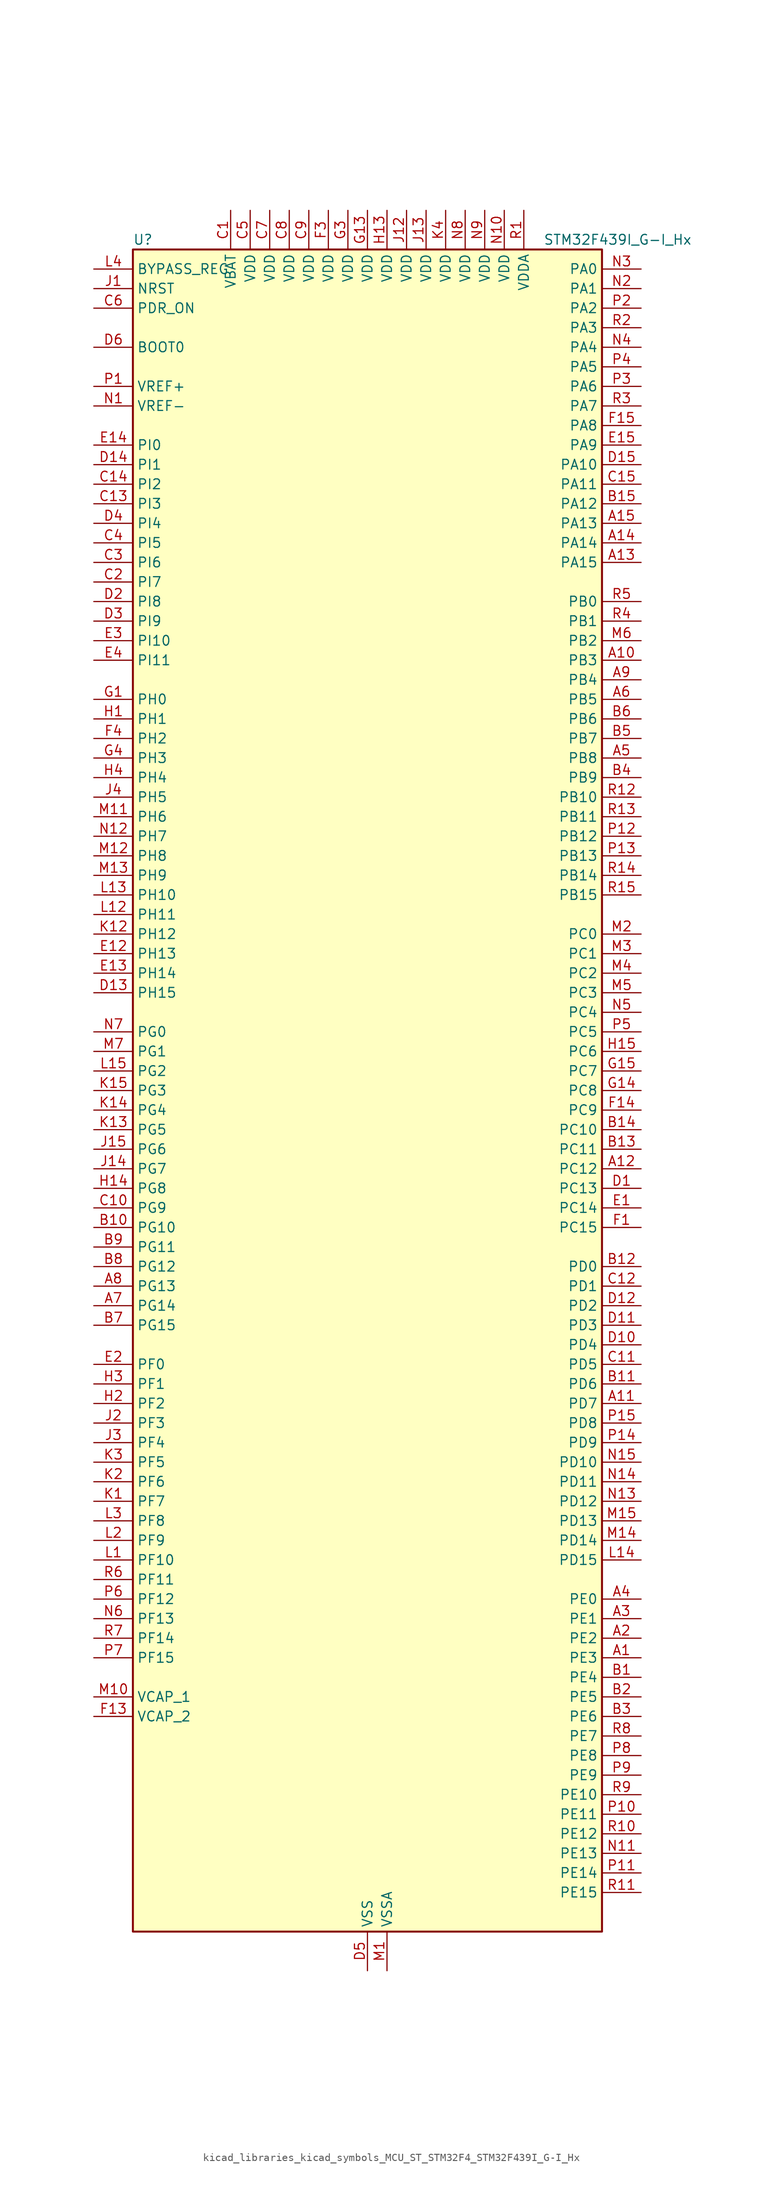
<source format=kicad_sym>
(kicad_symbol_lib
  (version 20220914)
  (generator kicad_symbol_editor)
  (symbol "kicad_libraries_kicad_symbols_MCU_ST_STM32F4_STM32F439I_G-I_Hx"
    (property "Reference" "U"
      (at -30.48 110.49 0)
      (effects (font (size 1.27 1.27)) (justify left)))
    (property "Value" "STM32F439I_G-I_Hx"
      (at 22.86 110.49 0)
      (effects (font (size 1.27 1.27)) (justify left)))
    (property "ki_locked" ""
      (at 0 0 0)
      (effects (font (size 1.27 1.27))))
    (symbol "kicad_libraries_kicad_symbols_MCU_ST_STM32F4_STM32F439I_G-I_Hx_0_1"
      (rectangle (start -30.48 -109.22) (end 30.48 109.22) (stroke (width 0.254) (type default)) (fill (type background))))
    (symbol "kicad_libraries_kicad_symbols_MCU_ST_STM32F4_STM32F439I_G-I_Hx_1_1"
      (pin bidirectional line (at 35.56 -73.66 180) (length 5.08) (name "PE3" (effects (font (size 1.27 1.27)))) (number "A1" (effects (font (size 1.27 1.27)))) (alternate "FMC_A19" bidirectional line) (alternate "SAI1_SD_B" bidirectional line) (alternate "SYS_TRACED0" bidirectional line))
      (pin bidirectional line (at 35.56 55.88 180) (length 5.08) (name "PB3" (effects (font (size 1.27 1.27)))) (number "A10" (effects (font (size 1.27 1.27)))) (alternate "I2S3_CK" bidirectional line) (alternate "SPI1_SCK" bidirectional line) (alternate "SPI3_SCK" bidirectional line) (alternate "SYS_JTDO-SWO" bidirectional line) (alternate "TIM2_CH2" bidirectional line))
      (pin bidirectional line (at 35.56 -40.64 180) (length 5.08) (name "PD7" (effects (font (size 1.27 1.27)))) (number "A11" (effects (font (size 1.27 1.27)))) (alternate "FMC_NCE2" bidirectional line) (alternate "FMC_NE1" bidirectional line) (alternate "USART2_CK" bidirectional line))
      (pin bidirectional line (at 35.56 -10.16 180) (length 5.08) (name "PC12" (effects (font (size 1.27 1.27)))) (number "A12" (effects (font (size 1.27 1.27)))) (alternate "DCMI_D9" bidirectional line) (alternate "I2S3_SD" bidirectional line) (alternate "SDIO_CK" bidirectional line) (alternate "SPI3_MOSI" bidirectional line) (alternate "UART5_TX" bidirectional line) (alternate "USART3_CK" bidirectional line))
      (pin bidirectional line (at 35.56 68.58 180) (length 5.08) (name "PA15" (effects (font (size 1.27 1.27)))) (number "A13" (effects (font (size 1.27 1.27)))) (alternate "ADC1_EXTI15" bidirectional line) (alternate "ADC2_EXTI15" bidirectional line) (alternate "ADC3_EXTI15" bidirectional line) (alternate "I2S3_WS" bidirectional line) (alternate "SPI1_NSS" bidirectional line) (alternate "SPI3_NSS" bidirectional line) (alternate "SYS_JTDI" bidirectional line) (alternate "TIM2_CH1" bidirectional line) (alternate "TIM2_ETR" bidirectional line))
      (pin bidirectional line (at 35.56 71.12 180) (length 5.08) (name "PA14" (effects (font (size 1.27 1.27)))) (number "A14" (effects (font (size 1.27 1.27)))) (alternate "SYS_JTCK-SWCLK" bidirectional line))
      (pin bidirectional line (at 35.56 73.66 180) (length 5.08) (name "PA13" (effects (font (size 1.27 1.27)))) (number "A15" (effects (font (size 1.27 1.27)))) (alternate "SYS_JTMS-SWDIO" bidirectional line))
      (pin bidirectional line (at 35.56 -71.12 180) (length 5.08) (name "PE2" (effects (font (size 1.27 1.27)))) (number "A2" (effects (font (size 1.27 1.27)))) (alternate "ETH_TXD3" bidirectional line) (alternate "FMC_A23" bidirectional line) (alternate "SAI1_MCLK_A" bidirectional line) (alternate "SPI4_SCK" bidirectional line) (alternate "SYS_TRACECLK" bidirectional line))
      (pin bidirectional line (at 35.56 -68.58 180) (length 5.08) (name "PE1" (effects (font (size 1.27 1.27)))) (number "A3" (effects (font (size 1.27 1.27)))) (alternate "DCMI_D3" bidirectional line) (alternate "FMC_NBL1" bidirectional line) (alternate "UART8_TX" bidirectional line))
      (pin bidirectional line (at 35.56 -66.04 180) (length 5.08) (name "PE0" (effects (font (size 1.27 1.27)))) (number "A4" (effects (font (size 1.27 1.27)))) (alternate "DCMI_D2" bidirectional line) (alternate "FMC_NBL0" bidirectional line) (alternate "TIM4_ETR" bidirectional line) (alternate "UART8_RX" bidirectional line))
      (pin bidirectional line (at 35.56 43.18 180) (length 5.08) (name "PB8" (effects (font (size 1.27 1.27)))) (number "A5" (effects (font (size 1.27 1.27)))) (alternate "CAN1_RX" bidirectional line) (alternate "DCMI_D6" bidirectional line) (alternate "ETH_TXD3" bidirectional line) (alternate "I2C1_SCL" bidirectional line) (alternate "LTDC_B6" bidirectional line) (alternate "SDIO_D4" bidirectional line) (alternate "TIM10_CH1" bidirectional line) (alternate "TIM4_CH3" bidirectional line))
      (pin bidirectional line (at 35.56 50.8 180) (length 5.08) (name "PB5" (effects (font (size 1.27 1.27)))) (number "A6" (effects (font (size 1.27 1.27)))) (alternate "CAN2_RX" bidirectional line) (alternate "DCMI_D10" bidirectional line) (alternate "ETH_PPS_OUT" bidirectional line) (alternate "FMC_SDCKE1" bidirectional line) (alternate "I2C1_SMBA" bidirectional line) (alternate "I2S3_SD" bidirectional line) (alternate "SPI1_MOSI" bidirectional line) (alternate "SPI3_MOSI" bidirectional line) (alternate "TIM3_CH2" bidirectional line) (alternate "USB_OTG_HS_ULPI_D7" bidirectional line))
      (pin bidirectional line (at -35.56 -27.94 0) (length 5.08) (name "PG14" (effects (font (size 1.27 1.27)))) (number "A7" (effects (font (size 1.27 1.27)))) (alternate "ETH_TXD1" bidirectional line) (alternate "FMC_A25" bidirectional line) (alternate "SPI6_MOSI" bidirectional line) (alternate "USART6_TX" bidirectional line))
      (pin bidirectional line (at -35.56 -25.4 0) (length 5.08) (name "PG13" (effects (font (size 1.27 1.27)))) (number "A8" (effects (font (size 1.27 1.27)))) (alternate "ETH_TXD0" bidirectional line) (alternate "FMC_A24" bidirectional line) (alternate "SPI6_SCK" bidirectional line) (alternate "USART6_CTS" bidirectional line))
      (pin bidirectional line (at 35.56 53.34 180) (length 5.08) (name "PB4" (effects (font (size 1.27 1.27)))) (number "A9" (effects (font (size 1.27 1.27)))) (alternate "I2S3_ext_SD" bidirectional line) (alternate "SPI1_MISO" bidirectional line) (alternate "SPI3_MISO" bidirectional line) (alternate "SYS_JTRST" bidirectional line) (alternate "TIM3_CH1" bidirectional line))
      (pin bidirectional line (at 35.56 -76.2 180) (length 5.08) (name "PE4" (effects (font (size 1.27 1.27)))) (number "B1" (effects (font (size 1.27 1.27)))) (alternate "DCMI_D4" bidirectional line) (alternate "FMC_A20" bidirectional line) (alternate "LTDC_B0" bidirectional line) (alternate "SAI1_FS_A" bidirectional line) (alternate "SPI4_NSS" bidirectional line) (alternate "SYS_TRACED1" bidirectional line))
      (pin bidirectional line (at -35.56 -17.78 0) (length 5.08) (name "PG10" (effects (font (size 1.27 1.27)))) (number "B10" (effects (font (size 1.27 1.27)))) (alternate "DCMI_D2" bidirectional line) (alternate "FMC_NCE4_1" bidirectional line) (alternate "FMC_NE3" bidirectional line) (alternate "LTDC_B2" bidirectional line) (alternate "LTDC_G3" bidirectional line))
      (pin bidirectional line (at 35.56 -38.1 180) (length 5.08) (name "PD6" (effects (font (size 1.27 1.27)))) (number "B11" (effects (font (size 1.27 1.27)))) (alternate "DCMI_D10" bidirectional line) (alternate "FMC_NWAIT" bidirectional line) (alternate "I2S3_SD" bidirectional line) (alternate "LTDC_B2" bidirectional line) (alternate "SAI1_SD_A" bidirectional line) (alternate "SPI3_MOSI" bidirectional line) (alternate "USART2_RX" bidirectional line))
      (pin bidirectional line (at 35.56 -22.86 180) (length 5.08) (name "PD0" (effects (font (size 1.27 1.27)))) (number "B12" (effects (font (size 1.27 1.27)))) (alternate "CAN1_RX" bidirectional line) (alternate "FMC_D2" bidirectional line) (alternate "FMC_DA2" bidirectional line))
      (pin bidirectional line (at 35.56 -7.62 180) (length 5.08) (name "PC11" (effects (font (size 1.27 1.27)))) (number "B13" (effects (font (size 1.27 1.27)))) (alternate "ADC1_EXTI11" bidirectional line) (alternate "ADC2_EXTI11" bidirectional line) (alternate "ADC3_EXTI11" bidirectional line) (alternate "DCMI_D4" bidirectional line) (alternate "I2S3_ext_SD" bidirectional line) (alternate "SDIO_D3" bidirectional line) (alternate "SPI3_MISO" bidirectional line) (alternate "UART4_RX" bidirectional line) (alternate "USART3_RX" bidirectional line))
      (pin bidirectional line (at 35.56 -5.08 180) (length 5.08) (name "PC10" (effects (font (size 1.27 1.27)))) (number "B14" (effects (font (size 1.27 1.27)))) (alternate "DCMI_D8" bidirectional line) (alternate "I2S3_CK" bidirectional line) (alternate "LTDC_R2" bidirectional line) (alternate "SDIO_D2" bidirectional line) (alternate "SPI3_SCK" bidirectional line) (alternate "UART4_TX" bidirectional line) (alternate "USART3_TX" bidirectional line))
      (pin bidirectional line (at 35.56 76.2 180) (length 5.08) (name "PA12" (effects (font (size 1.27 1.27)))) (number "B15" (effects (font (size 1.27 1.27)))) (alternate "CAN1_TX" bidirectional line) (alternate "LTDC_R5" bidirectional line) (alternate "TIM1_ETR" bidirectional line) (alternate "USART1_RTS" bidirectional line) (alternate "USB_OTG_FS_DP" bidirectional line))
      (pin bidirectional line (at 35.56 -78.74 180) (length 5.08) (name "PE5" (effects (font (size 1.27 1.27)))) (number "B2" (effects (font (size 1.27 1.27)))) (alternate "DCMI_D6" bidirectional line) (alternate "FMC_A21" bidirectional line) (alternate "LTDC_G0" bidirectional line) (alternate "SAI1_SCK_A" bidirectional line) (alternate "SPI4_MISO" bidirectional line) (alternate "SYS_TRACED2" bidirectional line) (alternate "TIM9_CH1" bidirectional line))
      (pin bidirectional line (at 35.56 -81.28 180) (length 5.08) (name "PE6" (effects (font (size 1.27 1.27)))) (number "B3" (effects (font (size 1.27 1.27)))) (alternate "DCMI_D7" bidirectional line) (alternate "FMC_A22" bidirectional line) (alternate "LTDC_G1" bidirectional line) (alternate "SAI1_SD_A" bidirectional line) (alternate "SPI4_MOSI" bidirectional line) (alternate "SYS_TRACED3" bidirectional line) (alternate "TIM9_CH2" bidirectional line))
      (pin bidirectional line (at 35.56 40.64 180) (length 5.08) (name "PB9" (effects (font (size 1.27 1.27)))) (number "B4" (effects (font (size 1.27 1.27)))) (alternate "CAN1_TX" bidirectional line) (alternate "DAC_EXTI9" bidirectional line) (alternate "DCMI_D7" bidirectional line) (alternate "I2C1_SDA" bidirectional line) (alternate "I2S2_WS" bidirectional line) (alternate "LTDC_B7" bidirectional line) (alternate "SDIO_D5" bidirectional line) (alternate "SPI2_NSS" bidirectional line) (alternate "TIM11_CH1" bidirectional line) (alternate "TIM4_CH4" bidirectional line))
      (pin bidirectional line (at 35.56 45.72 180) (length 5.08) (name "PB7" (effects (font (size 1.27 1.27)))) (number "B5" (effects (font (size 1.27 1.27)))) (alternate "DCMI_VSYNC" bidirectional line) (alternate "FMC_NL" bidirectional line) (alternate "I2C1_SDA" bidirectional line) (alternate "TIM4_CH2" bidirectional line) (alternate "USART1_RX" bidirectional line))
      (pin bidirectional line (at 35.56 48.26 180) (length 5.08) (name "PB6" (effects (font (size 1.27 1.27)))) (number "B6" (effects (font (size 1.27 1.27)))) (alternate "CAN2_TX" bidirectional line) (alternate "DCMI_D5" bidirectional line) (alternate "FMC_SDNE1" bidirectional line) (alternate "I2C1_SCL" bidirectional line) (alternate "TIM4_CH1" bidirectional line) (alternate "USART1_TX" bidirectional line))
      (pin bidirectional line (at -35.56 -30.48 0) (length 5.08) (name "PG15" (effects (font (size 1.27 1.27)))) (number "B7" (effects (font (size 1.27 1.27)))) (alternate "ADC1_EXTI15" bidirectional line) (alternate "ADC2_EXTI15" bidirectional line) (alternate "ADC3_EXTI15" bidirectional line) (alternate "DCMI_D13" bidirectional line) (alternate "FMC_SDNCAS" bidirectional line) (alternate "USART6_CTS" bidirectional line))
      (pin bidirectional line (at -35.56 -22.86 0) (length 5.08) (name "PG12" (effects (font (size 1.27 1.27)))) (number "B8" (effects (font (size 1.27 1.27)))) (alternate "FMC_NE4" bidirectional line) (alternate "LTDC_B1" bidirectional line) (alternate "LTDC_B4" bidirectional line) (alternate "SPI6_MISO" bidirectional line) (alternate "USART6_RTS" bidirectional line))
      (pin bidirectional line (at -35.56 -20.32 0) (length 5.08) (name "PG11" (effects (font (size 1.27 1.27)))) (number "B9" (effects (font (size 1.27 1.27)))) (alternate "ADC1_EXTI11" bidirectional line) (alternate "ADC2_EXTI11" bidirectional line) (alternate "ADC3_EXTI11" bidirectional line) (alternate "DCMI_D3" bidirectional line) (alternate "ETH_TX_EN" bidirectional line) (alternate "FMC_NCE4_2" bidirectional line) (alternate "LTDC_B3" bidirectional line))
      (pin power_in line (at -17.78 114.3 270) (length 5.08) (name "VBAT" (effects (font (size 1.27 1.27)))) (number "C1" (effects (font (size 1.27 1.27)))))
      (pin bidirectional line (at -35.56 -15.24 0) (length 5.08) (name "PG9" (effects (font (size 1.27 1.27)))) (number "C10" (effects (font (size 1.27 1.27)))) (alternate "DAC_EXTI9" bidirectional line) (alternate "DCMI_VSYNC" bidirectional line) (alternate "FMC_NCE3" bidirectional line) (alternate "FMC_NE2" bidirectional line) (alternate "USART6_RX" bidirectional line))
      (pin bidirectional line (at 35.56 -35.56 180) (length 5.08) (name "PD5" (effects (font (size 1.27 1.27)))) (number "C11" (effects (font (size 1.27 1.27)))) (alternate "FMC_NWE" bidirectional line) (alternate "USART2_TX" bidirectional line))
      (pin bidirectional line (at 35.56 -25.4 180) (length 5.08) (name "PD1" (effects (font (size 1.27 1.27)))) (number "C12" (effects (font (size 1.27 1.27)))) (alternate "CAN1_TX" bidirectional line) (alternate "FMC_D3" bidirectional line) (alternate "FMC_DA3" bidirectional line))
      (pin bidirectional line (at -35.56 76.2 0) (length 5.08) (name "PI3" (effects (font (size 1.27 1.27)))) (number "C13" (effects (font (size 1.27 1.27)))) (alternate "DCMI_D10" bidirectional line) (alternate "FMC_D27" bidirectional line) (alternate "I2S2_SD" bidirectional line) (alternate "SPI2_MOSI" bidirectional line) (alternate "TIM8_ETR" bidirectional line))
      (pin bidirectional line (at -35.56 78.74 0) (length 5.08) (name "PI2" (effects (font (size 1.27 1.27)))) (number "C14" (effects (font (size 1.27 1.27)))) (alternate "DCMI_D9" bidirectional line) (alternate "FMC_D26" bidirectional line) (alternate "I2S2_ext_SD" bidirectional line) (alternate "LTDC_G7" bidirectional line) (alternate "SPI2_MISO" bidirectional line) (alternate "TIM8_CH4" bidirectional line))
      (pin bidirectional line (at 35.56 78.74 180) (length 5.08) (name "PA11" (effects (font (size 1.27 1.27)))) (number "C15" (effects (font (size 1.27 1.27)))) (alternate "ADC1_EXTI11" bidirectional line) (alternate "ADC2_EXTI11" bidirectional line) (alternate "ADC3_EXTI11" bidirectional line) (alternate "CAN1_RX" bidirectional line) (alternate "LTDC_R4" bidirectional line) (alternate "TIM1_CH4" bidirectional line) (alternate "USART1_CTS" bidirectional line) (alternate "USB_OTG_FS_DM" bidirectional line))
      (pin bidirectional line (at -35.56 66.04 0) (length 5.08) (name "PI7" (effects (font (size 1.27 1.27)))) (number "C2" (effects (font (size 1.27 1.27)))) (alternate "DCMI_D7" bidirectional line) (alternate "FMC_D29" bidirectional line) (alternate "LTDC_B7" bidirectional line) (alternate "TIM8_CH3" bidirectional line))
      (pin bidirectional line (at -35.56 68.58 0) (length 5.08) (name "PI6" (effects (font (size 1.27 1.27)))) (number "C3" (effects (font (size 1.27 1.27)))) (alternate "DCMI_D6" bidirectional line) (alternate "FMC_D28" bidirectional line) (alternate "LTDC_B6" bidirectional line) (alternate "TIM8_CH2" bidirectional line))
      (pin bidirectional line (at -35.56 71.12 0) (length 5.08) (name "PI5" (effects (font (size 1.27 1.27)))) (number "C4" (effects (font (size 1.27 1.27)))) (alternate "DCMI_VSYNC" bidirectional line) (alternate "FMC_NBL3" bidirectional line) (alternate "LTDC_B5" bidirectional line) (alternate "TIM8_CH1" bidirectional line))
      (pin power_in line (at -15.24 114.3 270) (length 5.08) (name "VDD" (effects (font (size 1.27 1.27)))) (number "C5" (effects (font (size 1.27 1.27)))))
      (pin input line (at -35.56 101.6 0) (length 5.08) (name "PDR_ON" (effects (font (size 1.27 1.27)))) (number "C6" (effects (font (size 1.27 1.27)))))
      (pin power_in line (at -12.7 114.3 270) (length 5.08) (name "VDD" (effects (font (size 1.27 1.27)))) (number "C7" (effects (font (size 1.27 1.27)))))
      (pin power_in line (at -10.16 114.3 270) (length 5.08) (name "VDD" (effects (font (size 1.27 1.27)))) (number "C8" (effects (font (size 1.27 1.27)))))
      (pin power_in line (at -7.62 114.3 270) (length 5.08) (name "VDD" (effects (font (size 1.27 1.27)))) (number "C9" (effects (font (size 1.27 1.27)))))
      (pin bidirectional line (at 35.56 -12.7 180) (length 5.08) (name "PC13" (effects (font (size 1.27 1.27)))) (number "D1" (effects (font (size 1.27 1.27)))) (alternate "RTC_AF1" bidirectional line))
      (pin bidirectional line (at 35.56 -33.02 180) (length 5.08) (name "PD4" (effects (font (size 1.27 1.27)))) (number "D10" (effects (font (size 1.27 1.27)))) (alternate "FMC_NOE" bidirectional line) (alternate "USART2_RTS" bidirectional line))
      (pin bidirectional line (at 35.56 -30.48 180) (length 5.08) (name "PD3" (effects (font (size 1.27 1.27)))) (number "D11" (effects (font (size 1.27 1.27)))) (alternate "DCMI_D5" bidirectional line) (alternate "FMC_CLK" bidirectional line) (alternate "I2S2_CK" bidirectional line) (alternate "LTDC_G7" bidirectional line) (alternate "SPI2_SCK" bidirectional line) (alternate "USART2_CTS" bidirectional line))
      (pin bidirectional line (at 35.56 -27.94 180) (length 5.08) (name "PD2" (effects (font (size 1.27 1.27)))) (number "D12" (effects (font (size 1.27 1.27)))) (alternate "DCMI_D11" bidirectional line) (alternate "SDIO_CMD" bidirectional line) (alternate "TIM3_ETR" bidirectional line) (alternate "UART5_RX" bidirectional line))
      (pin bidirectional line (at -35.56 12.7 0) (length 5.08) (name "PH15" (effects (font (size 1.27 1.27)))) (number "D13" (effects (font (size 1.27 1.27)))) (alternate "ADC1_EXTI15" bidirectional line) (alternate "ADC2_EXTI15" bidirectional line) (alternate "ADC3_EXTI15" bidirectional line) (alternate "DCMI_D11" bidirectional line) (alternate "FMC_D23" bidirectional line) (alternate "LTDC_G4" bidirectional line) (alternate "TIM8_CH3N" bidirectional line))
      (pin bidirectional line (at -35.56 81.28 0) (length 5.08) (name "PI1" (effects (font (size 1.27 1.27)))) (number "D14" (effects (font (size 1.27 1.27)))) (alternate "DCMI_D8" bidirectional line) (alternate "FMC_D25" bidirectional line) (alternate "I2S2_CK" bidirectional line) (alternate "LTDC_G6" bidirectional line) (alternate "SPI2_SCK" bidirectional line))
      (pin bidirectional line (at 35.56 81.28 180) (length 5.08) (name "PA10" (effects (font (size 1.27 1.27)))) (number "D15" (effects (font (size 1.27 1.27)))) (alternate "DCMI_D1" bidirectional line) (alternate "TIM1_CH3" bidirectional line) (alternate "USART1_RX" bidirectional line) (alternate "USB_OTG_FS_ID" bidirectional line))
      (pin bidirectional line (at -35.56 63.5 0) (length 5.08) (name "PI8" (effects (font (size 1.27 1.27)))) (number "D2" (effects (font (size 1.27 1.27)))) (alternate "RTC_AF2" bidirectional line))
      (pin bidirectional line (at -35.56 60.96 0) (length 5.08) (name "PI9" (effects (font (size 1.27 1.27)))) (number "D3" (effects (font (size 1.27 1.27)))) (alternate "CAN1_RX" bidirectional line) (alternate "DAC_EXTI9" bidirectional line) (alternate "FMC_D30" bidirectional line) (alternate "LTDC_VSYNC" bidirectional line))
      (pin bidirectional line (at -35.56 73.66 0) (length 5.08) (name "PI4" (effects (font (size 1.27 1.27)))) (number "D4" (effects (font (size 1.27 1.27)))) (alternate "DCMI_D5" bidirectional line) (alternate "FMC_NBL2" bidirectional line) (alternate "LTDC_B4" bidirectional line) (alternate "TIM8_BKIN" bidirectional line))
      (pin power_in line (at 0 -114.3 90) (length 5.08) (name "VSS" (effects (font (size 1.27 1.27)))) (number "D5" (effects (font (size 1.27 1.27)))))
      (pin input line (at -35.56 96.52 0) (length 5.08) (name "BOOT0" (effects (font (size 1.27 1.27)))) (number "D6" (effects (font (size 1.27 1.27)))))
      (pin passive line (at 0 -114.3 90) (length 5.08) hide (name "VSS" (effects (font (size 1.27 1.27)))) (number "D7" (effects (font (size 1.27 1.27)))))
      (pin passive line (at 0 -114.3 90) (length 5.08) hide (name "VSS" (effects (font (size 1.27 1.27)))) (number "D8" (effects (font (size 1.27 1.27)))))
      (pin passive line (at 0 -114.3 90) (length 5.08) hide (name "VSS" (effects (font (size 1.27 1.27)))) (number "D9" (effects (font (size 1.27 1.27)))))
      (pin bidirectional line (at 35.56 -15.24 180) (length 5.08) (name "PC14" (effects (font (size 1.27 1.27)))) (number "E1" (effects (font (size 1.27 1.27)))) (alternate "RCC_OSC32_IN" bidirectional line))
      (pin bidirectional line (at -35.56 17.78 0) (length 5.08) (name "PH13" (effects (font (size 1.27 1.27)))) (number "E12" (effects (font (size 1.27 1.27)))) (alternate "CAN1_TX" bidirectional line) (alternate "FMC_D21" bidirectional line) (alternate "LTDC_G2" bidirectional line) (alternate "TIM8_CH1N" bidirectional line))
      (pin bidirectional line (at -35.56 15.24 0) (length 5.08) (name "PH14" (effects (font (size 1.27 1.27)))) (number "E13" (effects (font (size 1.27 1.27)))) (alternate "DCMI_D4" bidirectional line) (alternate "FMC_D22" bidirectional line) (alternate "LTDC_G3" bidirectional line) (alternate "TIM8_CH2N" bidirectional line))
      (pin bidirectional line (at -35.56 83.82 0) (length 5.08) (name "PI0" (effects (font (size 1.27 1.27)))) (number "E14" (effects (font (size 1.27 1.27)))) (alternate "DCMI_D13" bidirectional line) (alternate "FMC_D24" bidirectional line) (alternate "I2S2_WS" bidirectional line) (alternate "LTDC_G5" bidirectional line) (alternate "SPI2_NSS" bidirectional line) (alternate "TIM5_CH4" bidirectional line))
      (pin bidirectional line (at 35.56 83.82 180) (length 5.08) (name "PA9" (effects (font (size 1.27 1.27)))) (number "E15" (effects (font (size 1.27 1.27)))) (alternate "DAC_EXTI9" bidirectional line) (alternate "DCMI_D0" bidirectional line) (alternate "I2C3_SMBA" bidirectional line) (alternate "TIM1_CH2" bidirectional line) (alternate "USART1_TX" bidirectional line) (alternate "USB_OTG_FS_VBUS" bidirectional line))
      (pin bidirectional line (at -35.56 -35.56 0) (length 5.08) (name "PF0" (effects (font (size 1.27 1.27)))) (number "E2" (effects (font (size 1.27 1.27)))) (alternate "FMC_A0" bidirectional line) (alternate "I2C2_SDA" bidirectional line))
      (pin bidirectional line (at -35.56 58.42 0) (length 5.08) (name "PI10" (effects (font (size 1.27 1.27)))) (number "E3" (effects (font (size 1.27 1.27)))) (alternate "ETH_RX_ER" bidirectional line) (alternate "FMC_D31" bidirectional line) (alternate "LTDC_HSYNC" bidirectional line))
      (pin bidirectional line (at -35.56 55.88 0) (length 5.08) (name "PI11" (effects (font (size 1.27 1.27)))) (number "E4" (effects (font (size 1.27 1.27)))) (alternate "ADC1_EXTI11" bidirectional line) (alternate "ADC2_EXTI11" bidirectional line) (alternate "ADC3_EXTI11" bidirectional line) (alternate "USB_OTG_HS_ULPI_DIR" bidirectional line))
      (pin bidirectional line (at 35.56 -17.78 180) (length 5.08) (name "PC15" (effects (font (size 1.27 1.27)))) (number "F1" (effects (font (size 1.27 1.27)))) (alternate "ADC1_EXTI15" bidirectional line) (alternate "ADC2_EXTI15" bidirectional line) (alternate "ADC3_EXTI15" bidirectional line) (alternate "RCC_OSC32_OUT" bidirectional line))
      (pin passive line (at 0 -114.3 90) (length 5.08) hide (name "VSS" (effects (font (size 1.27 1.27)))) (number "F10" (effects (font (size 1.27 1.27)))))
      (pin passive line (at 0 -114.3 90) (length 5.08) hide (name "VSS" (effects (font (size 1.27 1.27)))) (number "F12" (effects (font (size 1.27 1.27)))))
      (pin power_out line (at -35.56 -81.28 0) (length 5.08) (name "VCAP_2" (effects (font (size 1.27 1.27)))) (number "F13" (effects (font (size 1.27 1.27)))))
      (pin bidirectional line (at 35.56 -2.54 180) (length 5.08) (name "PC9" (effects (font (size 1.27 1.27)))) (number "F14" (effects (font (size 1.27 1.27)))) (alternate "DAC_EXTI9" bidirectional line) (alternate "DCMI_D3" bidirectional line) (alternate "I2C3_SDA" bidirectional line) (alternate "I2S_CKIN" bidirectional line) (alternate "RCC_MCO_2" bidirectional line) (alternate "SDIO_D1" bidirectional line) (alternate "TIM3_CH4" bidirectional line) (alternate "TIM8_CH4" bidirectional line))
      (pin bidirectional line (at 35.56 86.36 180) (length 5.08) (name "PA8" (effects (font (size 1.27 1.27)))) (number "F15" (effects (font (size 1.27 1.27)))) (alternate "I2C3_SCL" bidirectional line) (alternate "LTDC_R6" bidirectional line) (alternate "RCC_MCO_1" bidirectional line) (alternate "TIM1_CH1" bidirectional line) (alternate "USART1_CK" bidirectional line) (alternate "USB_OTG_FS_SOF" bidirectional line))
      (pin passive line (at 0 -114.3 90) (length 5.08) hide (name "VSS" (effects (font (size 1.27 1.27)))) (number "F2" (effects (font (size 1.27 1.27)))))
      (pin power_in line (at -5.08 114.3 270) (length 5.08) (name "VDD" (effects (font (size 1.27 1.27)))) (number "F3" (effects (font (size 1.27 1.27)))))
      (pin bidirectional line (at -35.56 45.72 0) (length 5.08) (name "PH2" (effects (font (size 1.27 1.27)))) (number "F4" (effects (font (size 1.27 1.27)))) (alternate "ETH_CRS" bidirectional line) (alternate "FMC_SDCKE0" bidirectional line) (alternate "LTDC_R0" bidirectional line))
      (pin passive line (at 0 -114.3 90) (length 5.08) hide (name "VSS" (effects (font (size 1.27 1.27)))) (number "F6" (effects (font (size 1.27 1.27)))))
      (pin passive line (at 0 -114.3 90) (length 5.08) hide (name "VSS" (effects (font (size 1.27 1.27)))) (number "F7" (effects (font (size 1.27 1.27)))))
      (pin passive line (at 0 -114.3 90) (length 5.08) hide (name "VSS" (effects (font (size 1.27 1.27)))) (number "F8" (effects (font (size 1.27 1.27)))))
      (pin passive line (at 0 -114.3 90) (length 5.08) hide (name "VSS" (effects (font (size 1.27 1.27)))) (number "F9" (effects (font (size 1.27 1.27)))))
      (pin bidirectional line (at -35.56 50.8 0) (length 5.08) (name "PH0" (effects (font (size 1.27 1.27)))) (number "G1" (effects (font (size 1.27 1.27)))) (alternate "RCC_OSC_IN" bidirectional line))
      (pin passive line (at 0 -114.3 90) (length 5.08) hide (name "VSS" (effects (font (size 1.27 1.27)))) (number "G10" (effects (font (size 1.27 1.27)))))
      (pin passive line (at 0 -114.3 90) (length 5.08) hide (name "VSS" (effects (font (size 1.27 1.27)))) (number "G12" (effects (font (size 1.27 1.27)))))
      (pin power_in line (at 0 114.3 270) (length 5.08) (name "VDD" (effects (font (size 1.27 1.27)))) (number "G13" (effects (font (size 1.27 1.27)))))
      (pin bidirectional line (at 35.56 0 180) (length 5.08) (name "PC8" (effects (font (size 1.27 1.27)))) (number "G14" (effects (font (size 1.27 1.27)))) (alternate "DCMI_D2" bidirectional line) (alternate "SDIO_D0" bidirectional line) (alternate "TIM3_CH3" bidirectional line) (alternate "TIM8_CH3" bidirectional line) (alternate "USART6_CK" bidirectional line))
      (pin bidirectional line (at 35.56 2.54 180) (length 5.08) (name "PC7" (effects (font (size 1.27 1.27)))) (number "G15" (effects (font (size 1.27 1.27)))) (alternate "DCMI_D1" bidirectional line) (alternate "I2S3_MCK" bidirectional line) (alternate "LTDC_G6" bidirectional line) (alternate "SDIO_D7" bidirectional line) (alternate "TIM3_CH2" bidirectional line) (alternate "TIM8_CH2" bidirectional line) (alternate "USART6_RX" bidirectional line))
      (pin passive line (at 0 -114.3 90) (length 5.08) hide (name "VSS" (effects (font (size 1.27 1.27)))) (number "G2" (effects (font (size 1.27 1.27)))))
      (pin power_in line (at -2.54 114.3 270) (length 5.08) (name "VDD" (effects (font (size 1.27 1.27)))) (number "G3" (effects (font (size 1.27 1.27)))))
      (pin bidirectional line (at -35.56 43.18 0) (length 5.08) (name "PH3" (effects (font (size 1.27 1.27)))) (number "G4" (effects (font (size 1.27 1.27)))) (alternate "ETH_COL" bidirectional line) (alternate "FMC_SDNE0" bidirectional line) (alternate "LTDC_R1" bidirectional line))
      (pin passive line (at 0 -114.3 90) (length 5.08) hide (name "VSS" (effects (font (size 1.27 1.27)))) (number "G6" (effects (font (size 1.27 1.27)))))
      (pin passive line (at 0 -114.3 90) (length 5.08) hide (name "VSS" (effects (font (size 1.27 1.27)))) (number "G7" (effects (font (size 1.27 1.27)))))
      (pin passive line (at 0 -114.3 90) (length 5.08) hide (name "VSS" (effects (font (size 1.27 1.27)))) (number "G8" (effects (font (size 1.27 1.27)))))
      (pin passive line (at 0 -114.3 90) (length 5.08) hide (name "VSS" (effects (font (size 1.27 1.27)))) (number "G9" (effects (font (size 1.27 1.27)))))
      (pin bidirectional line (at -35.56 48.26 0) (length 5.08) (name "PH1" (effects (font (size 1.27 1.27)))) (number "H1" (effects (font (size 1.27 1.27)))) (alternate "RCC_OSC_OUT" bidirectional line))
      (pin passive line (at 0 -114.3 90) (length 5.08) hide (name "VSS" (effects (font (size 1.27 1.27)))) (number "H10" (effects (font (size 1.27 1.27)))))
      (pin passive line (at 0 -114.3 90) (length 5.08) hide (name "VSS" (effects (font (size 1.27 1.27)))) (number "H12" (effects (font (size 1.27 1.27)))))
      (pin power_in line (at 2.54 114.3 270) (length 5.08) (name "VDD" (effects (font (size 1.27 1.27)))) (number "H13" (effects (font (size 1.27 1.27)))))
      (pin bidirectional line (at -35.56 -12.7 0) (length 5.08) (name "PG8" (effects (font (size 1.27 1.27)))) (number "H14" (effects (font (size 1.27 1.27)))) (alternate "ETH_PPS_OUT" bidirectional line) (alternate "FMC_SDCLK" bidirectional line) (alternate "SPI6_NSS" bidirectional line) (alternate "USART6_RTS" bidirectional line))
      (pin bidirectional line (at 35.56 5.08 180) (length 5.08) (name "PC6" (effects (font (size 1.27 1.27)))) (number "H15" (effects (font (size 1.27 1.27)))) (alternate "DCMI_D0" bidirectional line) (alternate "I2S2_MCK" bidirectional line) (alternate "LTDC_HSYNC" bidirectional line) (alternate "SDIO_D6" bidirectional line) (alternate "TIM3_CH1" bidirectional line) (alternate "TIM8_CH1" bidirectional line) (alternate "USART6_TX" bidirectional line))
      (pin bidirectional line (at -35.56 -40.64 0) (length 5.08) (name "PF2" (effects (font (size 1.27 1.27)))) (number "H2" (effects (font (size 1.27 1.27)))) (alternate "FMC_A2" bidirectional line) (alternate "I2C2_SMBA" bidirectional line))
      (pin bidirectional line (at -35.56 -38.1 0) (length 5.08) (name "PF1" (effects (font (size 1.27 1.27)))) (number "H3" (effects (font (size 1.27 1.27)))) (alternate "FMC_A1" bidirectional line) (alternate "I2C2_SCL" bidirectional line))
      (pin bidirectional line (at -35.56 40.64 0) (length 5.08) (name "PH4" (effects (font (size 1.27 1.27)))) (number "H4" (effects (font (size 1.27 1.27)))) (alternate "I2C2_SCL" bidirectional line) (alternate "USB_OTG_HS_ULPI_NXT" bidirectional line))
      (pin passive line (at 0 -114.3 90) (length 5.08) hide (name "VSS" (effects (font (size 1.27 1.27)))) (number "H6" (effects (font (size 1.27 1.27)))))
      (pin passive line (at 0 -114.3 90) (length 5.08) hide (name "VSS" (effects (font (size 1.27 1.27)))) (number "H7" (effects (font (size 1.27 1.27)))))
      (pin passive line (at 0 -114.3 90) (length 5.08) hide (name "VSS" (effects (font (size 1.27 1.27)))) (number "H8" (effects (font (size 1.27 1.27)))))
      (pin passive line (at 0 -114.3 90) (length 5.08) hide (name "VSS" (effects (font (size 1.27 1.27)))) (number "H9" (effects (font (size 1.27 1.27)))))
      (pin input line (at -35.56 104.14 0) (length 5.08) (name "NRST" (effects (font (size 1.27 1.27)))) (number "J1" (effects (font (size 1.27 1.27)))))
      (pin passive line (at 0 -114.3 90) (length 5.08) hide (name "VSS" (effects (font (size 1.27 1.27)))) (number "J10" (effects (font (size 1.27 1.27)))))
      (pin power_in line (at 5.08 114.3 270) (length 5.08) (name "VDD" (effects (font (size 1.27 1.27)))) (number "J12" (effects (font (size 1.27 1.27)))))
      (pin power_in line (at 7.62 114.3 270) (length 5.08) (name "VDD" (effects (font (size 1.27 1.27)))) (number "J13" (effects (font (size 1.27 1.27)))))
      (pin bidirectional line (at -35.56 -10.16 0) (length 5.08) (name "PG7" (effects (font (size 1.27 1.27)))) (number "J14" (effects (font (size 1.27 1.27)))) (alternate "DCMI_D13" bidirectional line) (alternate "FMC_INT3" bidirectional line) (alternate "LTDC_CLK" bidirectional line) (alternate "USART6_CK" bidirectional line))
      (pin bidirectional line (at -35.56 -7.62 0) (length 5.08) (name "PG6" (effects (font (size 1.27 1.27)))) (number "J15" (effects (font (size 1.27 1.27)))) (alternate "DCMI_D12" bidirectional line) (alternate "FMC_INT2" bidirectional line) (alternate "LTDC_R7" bidirectional line))
      (pin bidirectional line (at -35.56 -43.18 0) (length 5.08) (name "PF3" (effects (font (size 1.27 1.27)))) (number "J2" (effects (font (size 1.27 1.27)))) (alternate "ADC3_IN9" bidirectional line) (alternate "FMC_A3" bidirectional line))
      (pin bidirectional line (at -35.56 -45.72 0) (length 5.08) (name "PF4" (effects (font (size 1.27 1.27)))) (number "J3" (effects (font (size 1.27 1.27)))) (alternate "ADC3_IN14" bidirectional line) (alternate "FMC_A4" bidirectional line))
      (pin bidirectional line (at -35.56 38.1 0) (length 5.08) (name "PH5" (effects (font (size 1.27 1.27)))) (number "J4" (effects (font (size 1.27 1.27)))) (alternate "FMC_SDNWE" bidirectional line) (alternate "I2C2_SDA" bidirectional line) (alternate "SPI5_NSS" bidirectional line))
      (pin passive line (at 0 -114.3 90) (length 5.08) hide (name "VSS" (effects (font (size 1.27 1.27)))) (number "J6" (effects (font (size 1.27 1.27)))))
      (pin passive line (at 0 -114.3 90) (length 5.08) hide (name "VSS" (effects (font (size 1.27 1.27)))) (number "J7" (effects (font (size 1.27 1.27)))))
      (pin passive line (at 0 -114.3 90) (length 5.08) hide (name "VSS" (effects (font (size 1.27 1.27)))) (number "J8" (effects (font (size 1.27 1.27)))))
      (pin passive line (at 0 -114.3 90) (length 5.08) hide (name "VSS" (effects (font (size 1.27 1.27)))) (number "J9" (effects (font (size 1.27 1.27)))))
      (pin bidirectional line (at -35.56 -53.34 0) (length 5.08) (name "PF7" (effects (font (size 1.27 1.27)))) (number "K1" (effects (font (size 1.27 1.27)))) (alternate "ADC3_IN5" bidirectional line) (alternate "FMC_NREG" bidirectional line) (alternate "SAI1_MCLK_B" bidirectional line) (alternate "SPI5_SCK" bidirectional line) (alternate "TIM11_CH1" bidirectional line) (alternate "UART7_TX" bidirectional line))
      (pin passive line (at 0 -114.3 90) (length 5.08) hide (name "VSS" (effects (font (size 1.27 1.27)))) (number "K10" (effects (font (size 1.27 1.27)))))
      (pin bidirectional line (at -35.56 20.32 0) (length 5.08) (name "PH12" (effects (font (size 1.27 1.27)))) (number "K12" (effects (font (size 1.27 1.27)))) (alternate "DCMI_D3" bidirectional line) (alternate "FMC_D20" bidirectional line) (alternate "LTDC_R6" bidirectional line) (alternate "TIM5_CH3" bidirectional line))
      (pin bidirectional line (at -35.56 -5.08 0) (length 5.08) (name "PG5" (effects (font (size 1.27 1.27)))) (number "K13" (effects (font (size 1.27 1.27)))) (alternate "FMC_A15" bidirectional line) (alternate "FMC_BA1" bidirectional line))
      (pin bidirectional line (at -35.56 -2.54 0) (length 5.08) (name "PG4" (effects (font (size 1.27 1.27)))) (number "K14" (effects (font (size 1.27 1.27)))) (alternate "FMC_A14" bidirectional line) (alternate "FMC_BA0" bidirectional line))
      (pin bidirectional line (at -35.56 0 0) (length 5.08) (name "PG3" (effects (font (size 1.27 1.27)))) (number "K15" (effects (font (size 1.27 1.27)))) (alternate "FMC_A13" bidirectional line))
      (pin bidirectional line (at -35.56 -50.8 0) (length 5.08) (name "PF6" (effects (font (size 1.27 1.27)))) (number "K2" (effects (font (size 1.27 1.27)))) (alternate "ADC3_IN4" bidirectional line) (alternate "FMC_NIORD" bidirectional line) (alternate "SAI1_SD_B" bidirectional line) (alternate "SPI5_NSS" bidirectional line) (alternate "TIM10_CH1" bidirectional line) (alternate "UART7_RX" bidirectional line))
      (pin bidirectional line (at -35.56 -48.26 0) (length 5.08) (name "PF5" (effects (font (size 1.27 1.27)))) (number "K3" (effects (font (size 1.27 1.27)))) (alternate "ADC3_IN15" bidirectional line) (alternate "FMC_A5" bidirectional line))
      (pin power_in line (at 10.16 114.3 270) (length 5.08) (name "VDD" (effects (font (size 1.27 1.27)))) (number "K4" (effects (font (size 1.27 1.27)))))
      (pin passive line (at 0 -114.3 90) (length 5.08) hide (name "VSS" (effects (font (size 1.27 1.27)))) (number "K6" (effects (font (size 1.27 1.27)))))
      (pin passive line (at 0 -114.3 90) (length 5.08) hide (name "VSS" (effects (font (size 1.27 1.27)))) (number "K7" (effects (font (size 1.27 1.27)))))
      (pin passive line (at 0 -114.3 90) (length 5.08) hide (name "VSS" (effects (font (size 1.27 1.27)))) (number "K8" (effects (font (size 1.27 1.27)))))
      (pin passive line (at 0 -114.3 90) (length 5.08) hide (name "VSS" (effects (font (size 1.27 1.27)))) (number "K9" (effects (font (size 1.27 1.27)))))
      (pin bidirectional line (at -35.56 -60.96 0) (length 5.08) (name "PF10" (effects (font (size 1.27 1.27)))) (number "L1" (effects (font (size 1.27 1.27)))) (alternate "ADC3_IN8" bidirectional line) (alternate "DCMI_D11" bidirectional line) (alternate "FMC_INTR" bidirectional line) (alternate "LTDC_DE" bidirectional line))
      (pin bidirectional line (at -35.56 22.86 0) (length 5.08) (name "PH11" (effects (font (size 1.27 1.27)))) (number "L12" (effects (font (size 1.27 1.27)))) (alternate "ADC1_EXTI11" bidirectional line) (alternate "ADC2_EXTI11" bidirectional line) (alternate "ADC3_EXTI11" bidirectional line) (alternate "DCMI_D2" bidirectional line) (alternate "FMC_D19" bidirectional line) (alternate "LTDC_R5" bidirectional line) (alternate "TIM5_CH2" bidirectional line))
      (pin bidirectional line (at -35.56 25.4 0) (length 5.08) (name "PH10" (effects (font (size 1.27 1.27)))) (number "L13" (effects (font (size 1.27 1.27)))) (alternate "DCMI_D1" bidirectional line) (alternate "FMC_D18" bidirectional line) (alternate "LTDC_R4" bidirectional line) (alternate "TIM5_CH1" bidirectional line))
      (pin bidirectional line (at 35.56 -60.96 180) (length 5.08) (name "PD15" (effects (font (size 1.27 1.27)))) (number "L14" (effects (font (size 1.27 1.27)))) (alternate "ADC1_EXTI15" bidirectional line) (alternate "ADC2_EXTI15" bidirectional line) (alternate "ADC3_EXTI15" bidirectional line) (alternate "FMC_D1" bidirectional line) (alternate "FMC_DA1" bidirectional line) (alternate "TIM4_CH4" bidirectional line))
      (pin bidirectional line (at -35.56 2.54 0) (length 5.08) (name "PG2" (effects (font (size 1.27 1.27)))) (number "L15" (effects (font (size 1.27 1.27)))) (alternate "FMC_A12" bidirectional line))
      (pin bidirectional line (at -35.56 -58.42 0) (length 5.08) (name "PF9" (effects (font (size 1.27 1.27)))) (number "L2" (effects (font (size 1.27 1.27)))) (alternate "ADC3_IN7" bidirectional line) (alternate "DAC_EXTI9" bidirectional line) (alternate "FMC_CD" bidirectional line) (alternate "SAI1_FS_B" bidirectional line) (alternate "SPI5_MOSI" bidirectional line) (alternate "TIM14_CH1" bidirectional line))
      (pin bidirectional line (at -35.56 -55.88 0) (length 5.08) (name "PF8" (effects (font (size 1.27 1.27)))) (number "L3" (effects (font (size 1.27 1.27)))) (alternate "ADC3_IN6" bidirectional line) (alternate "FMC_NIOWR" bidirectional line) (alternate "SAI1_SCK_B" bidirectional line) (alternate "SPI5_MISO" bidirectional line) (alternate "TIM13_CH1" bidirectional line))
      (pin input line (at -35.56 106.68 0) (length 5.08) (name "BYPASS_REG" (effects (font (size 1.27 1.27)))) (number "L4" (effects (font (size 1.27 1.27)))))
      (pin power_in line (at 2.54 -114.3 90) (length 5.08) (name "VSSA" (effects (font (size 1.27 1.27)))) (number "M1" (effects (font (size 1.27 1.27)))))
      (pin power_out line (at -35.56 -78.74 0) (length 5.08) (name "VCAP_1" (effects (font (size 1.27 1.27)))) (number "M10" (effects (font (size 1.27 1.27)))))
      (pin bidirectional line (at -35.56 35.56 0) (length 5.08) (name "PH6" (effects (font (size 1.27 1.27)))) (number "M11" (effects (font (size 1.27 1.27)))) (alternate "DCMI_D8" bidirectional line) (alternate "ETH_RXD2" bidirectional line) (alternate "FMC_SDNE1" bidirectional line) (alternate "I2C2_SMBA" bidirectional line) (alternate "SPI5_SCK" bidirectional line) (alternate "TIM12_CH1" bidirectional line))
      (pin bidirectional line (at -35.56 30.48 0) (length 5.08) (name "PH8" (effects (font (size 1.27 1.27)))) (number "M12" (effects (font (size 1.27 1.27)))) (alternate "DCMI_HSYNC" bidirectional line) (alternate "FMC_D16" bidirectional line) (alternate "I2C3_SDA" bidirectional line) (alternate "LTDC_R2" bidirectional line))
      (pin bidirectional line (at -35.56 27.94 0) (length 5.08) (name "PH9" (effects (font (size 1.27 1.27)))) (number "M13" (effects (font (size 1.27 1.27)))) (alternate "DAC_EXTI9" bidirectional line) (alternate "DCMI_D0" bidirectional line) (alternate "FMC_D17" bidirectional line) (alternate "I2C3_SMBA" bidirectional line) (alternate "LTDC_R3" bidirectional line) (alternate "TIM12_CH2" bidirectional line))
      (pin bidirectional line (at 35.56 -58.42 180) (length 5.08) (name "PD14" (effects (font (size 1.27 1.27)))) (number "M14" (effects (font (size 1.27 1.27)))) (alternate "FMC_D0" bidirectional line) (alternate "FMC_DA0" bidirectional line) (alternate "TIM4_CH3" bidirectional line))
      (pin bidirectional line (at 35.56 -55.88 180) (length 5.08) (name "PD13" (effects (font (size 1.27 1.27)))) (number "M15" (effects (font (size 1.27 1.27)))) (alternate "FMC_A18" bidirectional line) (alternate "TIM4_CH2" bidirectional line))
      (pin bidirectional line (at 35.56 20.32 180) (length 5.08) (name "PC0" (effects (font (size 1.27 1.27)))) (number "M2" (effects (font (size 1.27 1.27)))) (alternate "ADC1_IN10" bidirectional line) (alternate "ADC2_IN10" bidirectional line) (alternate "ADC3_IN10" bidirectional line) (alternate "FMC_SDNWE" bidirectional line) (alternate "USB_OTG_HS_ULPI_STP" bidirectional line))
      (pin bidirectional line (at 35.56 17.78 180) (length 5.08) (name "PC1" (effects (font (size 1.27 1.27)))) (number "M3" (effects (font (size 1.27 1.27)))) (alternate "ADC1_IN11" bidirectional line) (alternate "ADC2_IN11" bidirectional line) (alternate "ADC3_IN11" bidirectional line) (alternate "ETH_MDC" bidirectional line))
      (pin bidirectional line (at 35.56 15.24 180) (length 5.08) (name "PC2" (effects (font (size 1.27 1.27)))) (number "M4" (effects (font (size 1.27 1.27)))) (alternate "ADC1_IN12" bidirectional line) (alternate "ADC2_IN12" bidirectional line) (alternate "ADC3_IN12" bidirectional line) (alternate "ETH_TXD2" bidirectional line) (alternate "FMC_SDNE0" bidirectional line) (alternate "I2S2_ext_SD" bidirectional line) (alternate "SPI2_MISO" bidirectional line) (alternate "USB_OTG_HS_ULPI_DIR" bidirectional line))
      (pin bidirectional line (at 35.56 12.7 180) (length 5.08) (name "PC3" (effects (font (size 1.27 1.27)))) (number "M5" (effects (font (size 1.27 1.27)))) (alternate "ADC1_IN13" bidirectional line) (alternate "ADC2_IN13" bidirectional line) (alternate "ADC3_IN13" bidirectional line) (alternate "ETH_TX_CLK" bidirectional line) (alternate "FMC_SDCKE0" bidirectional line) (alternate "I2S2_SD" bidirectional line) (alternate "SPI2_MOSI" bidirectional line) (alternate "USB_OTG_HS_ULPI_NXT" bidirectional line))
      (pin bidirectional line (at 35.56 58.42 180) (length 5.08) (name "PB2" (effects (font (size 1.27 1.27)))) (number "M6" (effects (font (size 1.27 1.27)))))
      (pin bidirectional line (at -35.56 5.08 0) (length 5.08) (name "PG1" (effects (font (size 1.27 1.27)))) (number "M7" (effects (font (size 1.27 1.27)))) (alternate "FMC_A11" bidirectional line))
      (pin passive line (at 0 -114.3 90) (length 5.08) hide (name "VSS" (effects (font (size 1.27 1.27)))) (number "M8" (effects (font (size 1.27 1.27)))))
      (pin passive line (at 0 -114.3 90) (length 5.08) hide (name "VSS" (effects (font (size 1.27 1.27)))) (number "M9" (effects (font (size 1.27 1.27)))))
      (pin input line (at -35.56 88.9 0) (length 5.08) (name "VREF-" (effects (font (size 1.27 1.27)))) (number "N1" (effects (font (size 1.27 1.27)))))
      (pin power_in line (at 17.78 114.3 270) (length 5.08) (name "VDD" (effects (font (size 1.27 1.27)))) (number "N10" (effects (font (size 1.27 1.27)))))
      (pin bidirectional line (at 35.56 -99.06 180) (length 5.08) (name "PE13" (effects (font (size 1.27 1.27)))) (number "N11" (effects (font (size 1.27 1.27)))) (alternate "FMC_D10" bidirectional line) (alternate "FMC_DA10" bidirectional line) (alternate "LTDC_DE" bidirectional line) (alternate "SPI4_MISO" bidirectional line) (alternate "TIM1_CH3" bidirectional line))
      (pin bidirectional line (at -35.56 33.02 0) (length 5.08) (name "PH7" (effects (font (size 1.27 1.27)))) (number "N12" (effects (font (size 1.27 1.27)))) (alternate "DCMI_D9" bidirectional line) (alternate "ETH_RXD3" bidirectional line) (alternate "FMC_SDCKE1" bidirectional line) (alternate "I2C3_SCL" bidirectional line) (alternate "SPI5_MISO" bidirectional line))
      (pin bidirectional line (at 35.56 -53.34 180) (length 5.08) (name "PD12" (effects (font (size 1.27 1.27)))) (number "N13" (effects (font (size 1.27 1.27)))) (alternate "FMC_A17" bidirectional line) (alternate "FMC_ALE" bidirectional line) (alternate "TIM4_CH1" bidirectional line) (alternate "USART3_RTS" bidirectional line))
      (pin bidirectional line (at 35.56 -50.8 180) (length 5.08) (name "PD11" (effects (font (size 1.27 1.27)))) (number "N14" (effects (font (size 1.27 1.27)))) (alternate "ADC1_EXTI11" bidirectional line) (alternate "ADC2_EXTI11" bidirectional line) (alternate "ADC3_EXTI11" bidirectional line) (alternate "FMC_A16" bidirectional line) (alternate "FMC_CLE" bidirectional line) (alternate "USART3_CTS" bidirectional line))
      (pin bidirectional line (at 35.56 -48.26 180) (length 5.08) (name "PD10" (effects (font (size 1.27 1.27)))) (number "N15" (effects (font (size 1.27 1.27)))) (alternate "FMC_D15" bidirectional line) (alternate "FMC_DA15" bidirectional line) (alternate "LTDC_B3" bidirectional line) (alternate "USART3_CK" bidirectional line))
      (pin bidirectional line (at 35.56 104.14 180) (length 5.08) (name "PA1" (effects (font (size 1.27 1.27)))) (number "N2" (effects (font (size 1.27 1.27)))) (alternate "ADC1_IN1" bidirectional line) (alternate "ADC2_IN1" bidirectional line) (alternate "ADC3_IN1" bidirectional line) (alternate "ETH_REF_CLK" bidirectional line) (alternate "ETH_RX_CLK" bidirectional line) (alternate "TIM2_CH2" bidirectional line) (alternate "TIM5_CH2" bidirectional line) (alternate "UART4_RX" bidirectional line) (alternate "USART2_RTS" bidirectional line))
      (pin bidirectional line (at 35.56 106.68 180) (length 5.08) (name "PA0" (effects (font (size 1.27 1.27)))) (number "N3" (effects (font (size 1.27 1.27)))) (alternate "ADC1_IN0" bidirectional line) (alternate "ADC2_IN0" bidirectional line) (alternate "ADC3_IN0" bidirectional line) (alternate "ETH_CRS" bidirectional line) (alternate "SYS_WKUP" bidirectional line) (alternate "TIM2_CH1" bidirectional line) (alternate "TIM2_ETR" bidirectional line) (alternate "TIM5_CH1" bidirectional line) (alternate "TIM8_ETR" bidirectional line) (alternate "UART4_TX" bidirectional line) (alternate "USART2_CTS" bidirectional line))
      (pin bidirectional line (at 35.56 96.52 180) (length 5.08) (name "PA4" (effects (font (size 1.27 1.27)))) (number "N4" (effects (font (size 1.27 1.27)))) (alternate "ADC1_IN4" bidirectional line) (alternate "ADC2_IN4" bidirectional line) (alternate "DAC_OUT1" bidirectional line) (alternate "DCMI_HSYNC" bidirectional line) (alternate "I2S3_WS" bidirectional line) (alternate "LTDC_VSYNC" bidirectional line) (alternate "SPI1_NSS" bidirectional line) (alternate "SPI3_NSS" bidirectional line) (alternate "USART2_CK" bidirectional line) (alternate "USB_OTG_HS_SOF" bidirectional line))
      (pin bidirectional line (at 35.56 10.16 180) (length 5.08) (name "PC4" (effects (font (size 1.27 1.27)))) (number "N5" (effects (font (size 1.27 1.27)))) (alternate "ADC1_IN14" bidirectional line) (alternate "ADC2_IN14" bidirectional line) (alternate "ETH_RXD0" bidirectional line))
      (pin bidirectional line (at -35.56 -68.58 0) (length 5.08) (name "PF13" (effects (font (size 1.27 1.27)))) (number "N6" (effects (font (size 1.27 1.27)))) (alternate "FMC_A7" bidirectional line))
      (pin bidirectional line (at -35.56 7.62 0) (length 5.08) (name "PG0" (effects (font (size 1.27 1.27)))) (number "N7" (effects (font (size 1.27 1.27)))) (alternate "FMC_A10" bidirectional line))
      (pin power_in line (at 12.7 114.3 270) (length 5.08) (name "VDD" (effects (font (size 1.27 1.27)))) (number "N8" (effects (font (size 1.27 1.27)))))
      (pin power_in line (at 15.24 114.3 270) (length 5.08) (name "VDD" (effects (font (size 1.27 1.27)))) (number "N9" (effects (font (size 1.27 1.27)))))
      (pin input line (at -35.56 91.44 0) (length 5.08) (name "VREF+" (effects (font (size 1.27 1.27)))) (number "P1" (effects (font (size 1.27 1.27)))))
      (pin bidirectional line (at 35.56 -93.98 180) (length 5.08) (name "PE11" (effects (font (size 1.27 1.27)))) (number "P10" (effects (font (size 1.27 1.27)))) (alternate "ADC1_EXTI11" bidirectional line) (alternate "ADC2_EXTI11" bidirectional line) (alternate "ADC3_EXTI11" bidirectional line) (alternate "FMC_D8" bidirectional line) (alternate "FMC_DA8" bidirectional line) (alternate "LTDC_G3" bidirectional line) (alternate "SPI4_NSS" bidirectional line) (alternate "TIM1_CH2" bidirectional line))
      (pin bidirectional line (at 35.56 -101.6 180) (length 5.08) (name "PE14" (effects (font (size 1.27 1.27)))) (number "P11" (effects (font (size 1.27 1.27)))) (alternate "FMC_D11" bidirectional line) (alternate "FMC_DA11" bidirectional line) (alternate "LTDC_CLK" bidirectional line) (alternate "SPI4_MOSI" bidirectional line) (alternate "TIM1_CH4" bidirectional line))
      (pin bidirectional line (at 35.56 33.02 180) (length 5.08) (name "PB12" (effects (font (size 1.27 1.27)))) (number "P12" (effects (font (size 1.27 1.27)))) (alternate "CAN2_RX" bidirectional line) (alternate "ETH_TXD0" bidirectional line) (alternate "I2C2_SMBA" bidirectional line) (alternate "I2S2_WS" bidirectional line) (alternate "SPI2_NSS" bidirectional line) (alternate "TIM1_BKIN" bidirectional line) (alternate "USART3_CK" bidirectional line) (alternate "USB_OTG_HS_ID" bidirectional line) (alternate "USB_OTG_HS_ULPI_D5" bidirectional line))
      (pin bidirectional line (at 35.56 30.48 180) (length 5.08) (name "PB13" (effects (font (size 1.27 1.27)))) (number "P13" (effects (font (size 1.27 1.27)))) (alternate "CAN2_TX" bidirectional line) (alternate "ETH_TXD1" bidirectional line) (alternate "I2S2_CK" bidirectional line) (alternate "SPI2_SCK" bidirectional line) (alternate "TIM1_CH1N" bidirectional line) (alternate "USART3_CTS" bidirectional line) (alternate "USB_OTG_HS_ULPI_D6" bidirectional line) (alternate "USB_OTG_HS_VBUS" bidirectional line))
      (pin bidirectional line (at 35.56 -45.72 180) (length 5.08) (name "PD9" (effects (font (size 1.27 1.27)))) (number "P14" (effects (font (size 1.27 1.27)))) (alternate "DAC_EXTI9" bidirectional line) (alternate "FMC_D14" bidirectional line) (alternate "FMC_DA14" bidirectional line) (alternate "USART3_RX" bidirectional line))
      (pin bidirectional line (at 35.56 -43.18 180) (length 5.08) (name "PD8" (effects (font (size 1.27 1.27)))) (number "P15" (effects (font (size 1.27 1.27)))) (alternate "FMC_D13" bidirectional line) (alternate "FMC_DA13" bidirectional line) (alternate "USART3_TX" bidirectional line))
      (pin bidirectional line (at 35.56 101.6 180) (length 5.08) (name "PA2" (effects (font (size 1.27 1.27)))) (number "P2" (effects (font (size 1.27 1.27)))) (alternate "ADC1_IN2" bidirectional line) (alternate "ADC2_IN2" bidirectional line) (alternate "ADC3_IN2" bidirectional line) (alternate "ETH_MDIO" bidirectional line) (alternate "TIM2_CH3" bidirectional line) (alternate "TIM5_CH3" bidirectional line) (alternate "TIM9_CH1" bidirectional line) (alternate "USART2_TX" bidirectional line))
      (pin bidirectional line (at 35.56 91.44 180) (length 5.08) (name "PA6" (effects (font (size 1.27 1.27)))) (number "P3" (effects (font (size 1.27 1.27)))) (alternate "ADC1_IN6" bidirectional line) (alternate "ADC2_IN6" bidirectional line) (alternate "DCMI_PIXCLK" bidirectional line) (alternate "LTDC_G2" bidirectional line) (alternate "SPI1_MISO" bidirectional line) (alternate "TIM13_CH1" bidirectional line) (alternate "TIM1_BKIN" bidirectional line) (alternate "TIM3_CH1" bidirectional line) (alternate "TIM8_BKIN" bidirectional line))
      (pin bidirectional line (at 35.56 93.98 180) (length 5.08) (name "PA5" (effects (font (size 1.27 1.27)))) (number "P4" (effects (font (size 1.27 1.27)))) (alternate "ADC1_IN5" bidirectional line) (alternate "ADC2_IN5" bidirectional line) (alternate "DAC_OUT2" bidirectional line) (alternate "SPI1_SCK" bidirectional line) (alternate "TIM2_CH1" bidirectional line) (alternate "TIM2_ETR" bidirectional line) (alternate "TIM8_CH1N" bidirectional line) (alternate "USB_OTG_HS_ULPI_CK" bidirectional line))
      (pin bidirectional line (at 35.56 7.62 180) (length 5.08) (name "PC5" (effects (font (size 1.27 1.27)))) (number "P5" (effects (font (size 1.27 1.27)))) (alternate "ADC1_IN15" bidirectional line) (alternate "ADC2_IN15" bidirectional line) (alternate "ETH_RXD1" bidirectional line))
      (pin bidirectional line (at -35.56 -66.04 0) (length 5.08) (name "PF12" (effects (font (size 1.27 1.27)))) (number "P6" (effects (font (size 1.27 1.27)))) (alternate "FMC_A6" bidirectional line))
      (pin bidirectional line (at -35.56 -73.66 0) (length 5.08) (name "PF15" (effects (font (size 1.27 1.27)))) (number "P7" (effects (font (size 1.27 1.27)))) (alternate "ADC1_EXTI15" bidirectional line) (alternate "ADC2_EXTI15" bidirectional line) (alternate "ADC3_EXTI15" bidirectional line) (alternate "FMC_A9" bidirectional line))
      (pin bidirectional line (at 35.56 -86.36 180) (length 5.08) (name "PE8" (effects (font (size 1.27 1.27)))) (number "P8" (effects (font (size 1.27 1.27)))) (alternate "FMC_D5" bidirectional line) (alternate "FMC_DA5" bidirectional line) (alternate "TIM1_CH1N" bidirectional line) (alternate "UART7_TX" bidirectional line))
      (pin bidirectional line (at 35.56 -88.9 180) (length 5.08) (name "PE9" (effects (font (size 1.27 1.27)))) (number "P9" (effects (font (size 1.27 1.27)))) (alternate "DAC_EXTI9" bidirectional line) (alternate "FMC_D6" bidirectional line) (alternate "FMC_DA6" bidirectional line) (alternate "TIM1_CH1" bidirectional line))
      (pin power_in line (at 20.32 114.3 270) (length 5.08) (name "VDDA" (effects (font (size 1.27 1.27)))) (number "R1" (effects (font (size 1.27 1.27)))))
      (pin bidirectional line (at 35.56 -96.52 180) (length 5.08) (name "PE12" (effects (font (size 1.27 1.27)))) (number "R10" (effects (font (size 1.27 1.27)))) (alternate "FMC_D9" bidirectional line) (alternate "FMC_DA9" bidirectional line) (alternate "LTDC_B4" bidirectional line) (alternate "SPI4_SCK" bidirectional line) (alternate "TIM1_CH3N" bidirectional line))
      (pin bidirectional line (at 35.56 -104.14 180) (length 5.08) (name "PE15" (effects (font (size 1.27 1.27)))) (number "R11" (effects (font (size 1.27 1.27)))) (alternate "ADC1_EXTI15" bidirectional line) (alternate "ADC2_EXTI15" bidirectional line) (alternate "ADC3_EXTI15" bidirectional line) (alternate "FMC_D12" bidirectional line) (alternate "FMC_DA12" bidirectional line) (alternate "LTDC_R7" bidirectional line) (alternate "TIM1_BKIN" bidirectional line))
      (pin bidirectional line (at 35.56 38.1 180) (length 5.08) (name "PB10" (effects (font (size 1.27 1.27)))) (number "R12" (effects (font (size 1.27 1.27)))) (alternate "ETH_RX_ER" bidirectional line) (alternate "I2C2_SCL" bidirectional line) (alternate "I2S2_CK" bidirectional line) (alternate "LTDC_G4" bidirectional line) (alternate "SPI2_SCK" bidirectional line) (alternate "TIM2_CH3" bidirectional line) (alternate "USART3_TX" bidirectional line) (alternate "USB_OTG_HS_ULPI_D3" bidirectional line))
      (pin bidirectional line (at 35.56 35.56 180) (length 5.08) (name "PB11" (effects (font (size 1.27 1.27)))) (number "R13" (effects (font (size 1.27 1.27)))) (alternate "ADC1_EXTI11" bidirectional line) (alternate "ADC2_EXTI11" bidirectional line) (alternate "ADC3_EXTI11" bidirectional line) (alternate "ETH_TX_EN" bidirectional line) (alternate "I2C2_SDA" bidirectional line) (alternate "LTDC_G5" bidirectional line) (alternate "TIM2_CH4" bidirectional line) (alternate "USART3_RX" bidirectional line) (alternate "USB_OTG_HS_ULPI_D4" bidirectional line))
      (pin bidirectional line (at 35.56 27.94 180) (length 5.08) (name "PB14" (effects (font (size 1.27 1.27)))) (number "R14" (effects (font (size 1.27 1.27)))) (alternate "I2S2_ext_SD" bidirectional line) (alternate "SPI2_MISO" bidirectional line) (alternate "TIM12_CH1" bidirectional line) (alternate "TIM1_CH2N" bidirectional line) (alternate "TIM8_CH2N" bidirectional line) (alternate "USART3_RTS" bidirectional line) (alternate "USB_OTG_HS_DM" bidirectional line))
      (pin bidirectional line (at 35.56 25.4 180) (length 5.08) (name "PB15" (effects (font (size 1.27 1.27)))) (number "R15" (effects (font (size 1.27 1.27)))) (alternate "ADC1_EXTI15" bidirectional line) (alternate "ADC2_EXTI15" bidirectional line) (alternate "ADC3_EXTI15" bidirectional line) (alternate "I2S2_SD" bidirectional line) (alternate "RTC_REFIN" bidirectional line) (alternate "SPI2_MOSI" bidirectional line) (alternate "TIM12_CH2" bidirectional line) (alternate "TIM1_CH3N" bidirectional line) (alternate "TIM8_CH3N" bidirectional line) (alternate "USB_OTG_HS_DP" bidirectional line))
      (pin bidirectional line (at 35.56 99.06 180) (length 5.08) (name "PA3" (effects (font (size 1.27 1.27)))) (number "R2" (effects (font (size 1.27 1.27)))) (alternate "ADC1_IN3" bidirectional line) (alternate "ADC2_IN3" bidirectional line) (alternate "ADC3_IN3" bidirectional line) (alternate "ETH_COL" bidirectional line) (alternate "LTDC_B5" bidirectional line) (alternate "TIM2_CH4" bidirectional line) (alternate "TIM5_CH4" bidirectional line) (alternate "TIM9_CH2" bidirectional line) (alternate "USART2_RX" bidirectional line) (alternate "USB_OTG_HS_ULPI_D0" bidirectional line))
      (pin bidirectional line (at 35.56 88.9 180) (length 5.08) (name "PA7" (effects (font (size 1.27 1.27)))) (number "R3" (effects (font (size 1.27 1.27)))) (alternate "ADC1_IN7" bidirectional line) (alternate "ADC2_IN7" bidirectional line) (alternate "ETH_CRS_DV" bidirectional line) (alternate "ETH_RX_DV" bidirectional line) (alternate "SPI1_MOSI" bidirectional line) (alternate "TIM14_CH1" bidirectional line) (alternate "TIM1_CH1N" bidirectional line) (alternate "TIM3_CH2" bidirectional line) (alternate "TIM8_CH1N" bidirectional line))
      (pin bidirectional line (at 35.56 60.96 180) (length 5.08) (name "PB1" (effects (font (size 1.27 1.27)))) (number "R4" (effects (font (size 1.27 1.27)))) (alternate "ADC1_IN9" bidirectional line) (alternate "ADC2_IN9" bidirectional line) (alternate "ETH_RXD3" bidirectional line) (alternate "LTDC_R6" bidirectional line) (alternate "TIM1_CH3N" bidirectional line) (alternate "TIM3_CH4" bidirectional line) (alternate "TIM8_CH3N" bidirectional line) (alternate "USB_OTG_HS_ULPI_D2" bidirectional line))
      (pin bidirectional line (at 35.56 63.5 180) (length 5.08) (name "PB0" (effects (font (size 1.27 1.27)))) (number "R5" (effects (font (size 1.27 1.27)))) (alternate "ADC1_IN8" bidirectional line) (alternate "ADC2_IN8" bidirectional line) (alternate "ETH_RXD2" bidirectional line) (alternate "LTDC_R3" bidirectional line) (alternate "TIM1_CH2N" bidirectional line) (alternate "TIM3_CH3" bidirectional line) (alternate "TIM8_CH2N" bidirectional line) (alternate "USB_OTG_HS_ULPI_D1" bidirectional line))
      (pin bidirectional line (at -35.56 -63.5 0) (length 5.08) (name "PF11" (effects (font (size 1.27 1.27)))) (number "R6" (effects (font (size 1.27 1.27)))) (alternate "ADC1_EXTI11" bidirectional line) (alternate "ADC2_EXTI11" bidirectional line) (alternate "ADC3_EXTI11" bidirectional line) (alternate "DCMI_D12" bidirectional line) (alternate "FMC_SDNRAS" bidirectional line) (alternate "SPI5_MOSI" bidirectional line))
      (pin bidirectional line (at -35.56 -71.12 0) (length 5.08) (name "PF14" (effects (font (size 1.27 1.27)))) (number "R7" (effects (font (size 1.27 1.27)))) (alternate "FMC_A8" bidirectional line))
      (pin bidirectional line (at 35.56 -83.82 180) (length 5.08) (name "PE7" (effects (font (size 1.27 1.27)))) (number "R8" (effects (font (size 1.27 1.27)))) (alternate "FMC_D4" bidirectional line) (alternate "FMC_DA4" bidirectional line) (alternate "TIM1_ETR" bidirectional line) (alternate "UART7_RX" bidirectional line))
      (pin bidirectional line (at 35.56 -91.44 180) (length 5.08) (name "PE10" (effects (font (size 1.27 1.27)))) (number "R9" (effects (font (size 1.27 1.27)))) (alternate "FMC_D7" bidirectional line) (alternate "FMC_DA7" bidirectional line) (alternate "TIM1_CH2N" bidirectional line)))))
</source>
